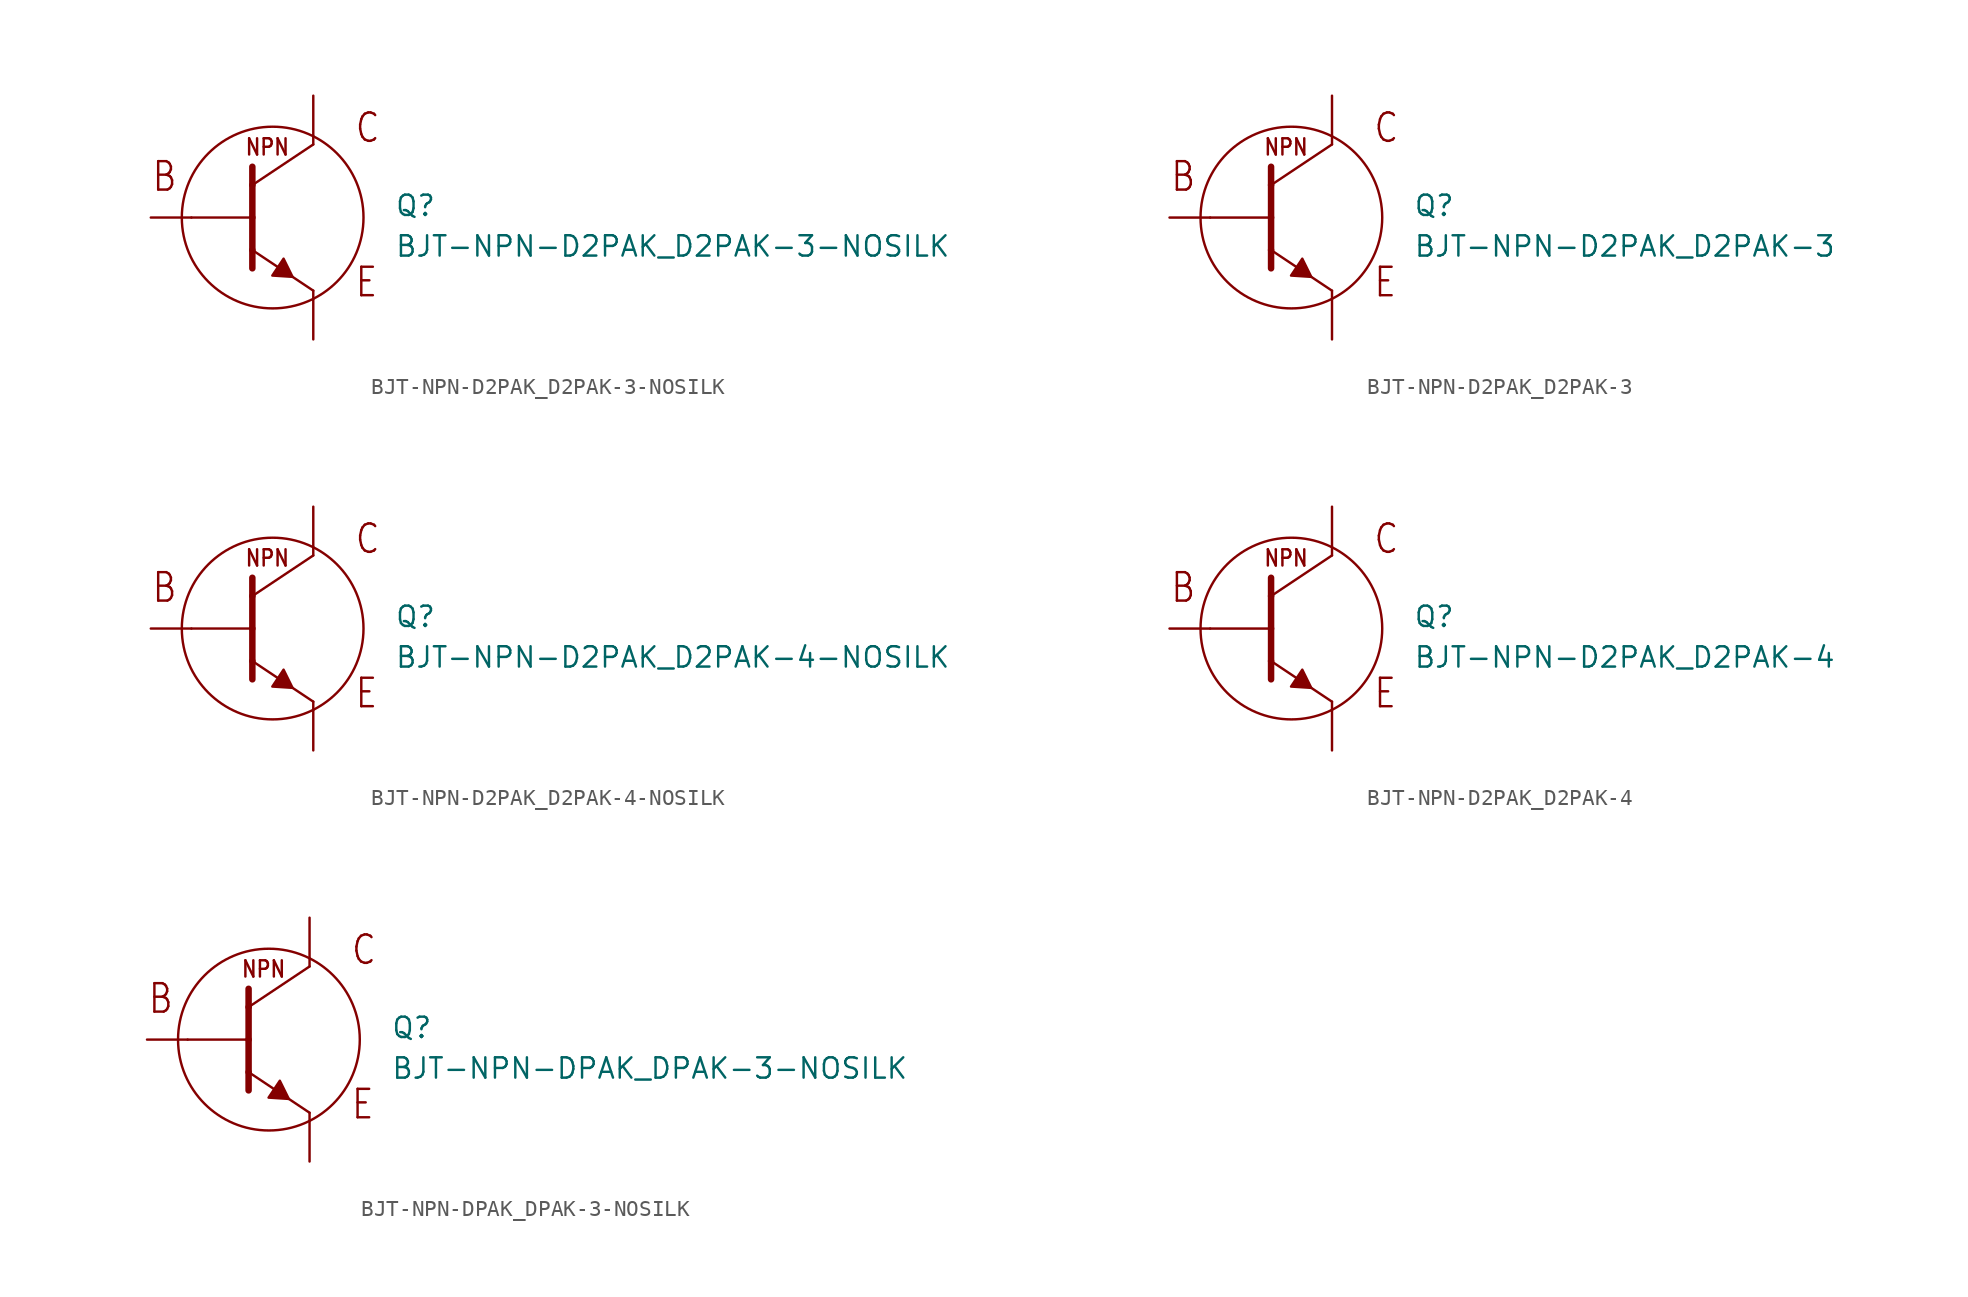
<source format=kicad_sym>
(kicad_symbol_lib
  (version 20211014)
  (generator kicad_symbol_editor)
  (symbol "BJT-NPN-D2PAK_D2PAK-3-NOSILK"
    (pin_numbers hide)
    (pin_names hide)
    (property "Reference" "Q"
      (at 7.62 0 0)
      (effects (font (size 1.27 1.27)) (justify left bottom)))
    (property "Value" "BJT-NPN-D2PAK_D2PAK-3-NOSILK"
      (at 7.62 -2.54 0)
      (effects (font (size 1.27 1.27)) (justify left bottom)))
    (property "Datasheet" ""
      (at 0 0 0))
    (property "ki_description" "BJT NPN  - D2PAK "
      (at 0 0 0))
    (property "ki_fp_filters" "FlashPCB_Transistors:D2PAK_TO-263-3_NOSILK"
      (at 0 0 0))
    (symbol "BJT-NPN-D2PAK_D2PAK-3-NOSILK_1_1"
      (text "NPN" (at -1.778 3.81 0) (effects (font (size 1.016 0.869)) (justify left bottom)))
      (text "C" (at 5.08 4.572 0) (effects (font (size 1.778 1.52)) (justify left bottom)))
      (text "E" (at 5.08 -5.08 0) (effects (font (size 1.778 1.52)) (justify left bottom)))
      (text "B" (at -7.62 1.524 0) (effects (font (size 1.778 1.52)) (justify left bottom)))
      (polyline (pts (xy 0.682 -2.57) (xy -0.022 -3.627) (xy 1.245 -3.709) (xy 0.682 -2.57)) (stroke (width 0.152) (type default)) (fill (type outline)))
      (polyline (pts (xy -1.27 3.175) (xy -1.27 2.032)) (stroke (width 0.406)) (fill (type none)))
      (polyline (pts (xy -1.27 2.032) (xy -1.27 0)) (stroke (width 0.406)) (fill (type none)))
      (polyline (pts (xy -1.27 0) (xy -1.27 -2.032)) (stroke (width 0.406)) (fill (type none)))
      (polyline (pts (xy -1.27 -2.032) (xy -1.27 -3.175)) (stroke (width 0.406)) (fill (type none)))
      (polyline (pts (xy 2.54 4.572) (xy -1.27 2.032)) (stroke (width 0.152)) (fill (type none)))
      (polyline (pts (xy -1.27 -2.032) (xy 2.54 -4.572)) (stroke (width 0.152)) (fill (type none)))
      (polyline (pts (xy 2.54 -4.572) (xy 2.54 -5.08)) (stroke (width 0.152)) (fill (type none)))
      (polyline (pts (xy 2.54 5.08) (xy 2.54 4.572)) (stroke (width 0.152)) (fill (type none)))
      (polyline (pts (xy -5.08 0) (xy -1.27 0)) (stroke (width 0.152)) (fill (type none)))
      (circle (center 0 0) (radius 5.68) (stroke (width 0.152) (type default)) (fill (type none)))
      (pin bidirectional line (at -7.62 0 0) (length 2.54) (name "B" (effects (font (size 0 0)))) (number "1" (effects (font (size 0 0)))))
      (pin bidirectional line (at 2.54 7.62 270) (length 2.54) (name "C" (effects (font (size 0 0)))) (number "4" (effects (font (size 0 0)))))
      (pin bidirectional line (at 2.54 -7.62 90) (length 2.54) (name "E" (effects (font (size 0 0)))) (number "3" (effects (font (size 0 0)))))))
  (symbol "BJT-NPN-D2PAK_D2PAK-3"
    (pin_numbers hide)
    (pin_names hide)
    (property "Reference" "Q"
      (at 7.62 0 0)
      (effects (font (size 1.27 1.27)) (justify left bottom)))
    (property "Value" "BJT-NPN-D2PAK_D2PAK-3"
      (at 7.62 -2.54 0)
      (effects (font (size 1.27 1.27)) (justify left bottom)))
    (property "Datasheet" ""
      (at 0 0 0))
    (property "ki_description" "BJT NPN  - D2PAK "
      (at 0 0 0))
    (property "ki_fp_filters" "FlashPCB_Transistors:D2PAK_TO-263-3"
      (at 0 0 0))
    (symbol "BJT-NPN-D2PAK_D2PAK-3_1_1"
      (text "NPN" (at -1.778 3.81 0) (effects (font (size 1.016 0.869)) (justify left bottom)))
      (text "C" (at 5.08 4.572 0) (effects (font (size 1.778 1.52)) (justify left bottom)))
      (text "E" (at 5.08 -5.08 0) (effects (font (size 1.778 1.52)) (justify left bottom)))
      (text "B" (at -7.62 1.524 0) (effects (font (size 1.778 1.52)) (justify left bottom)))
      (polyline (pts (xy 0.682 -2.57) (xy -0.022 -3.627) (xy 1.245 -3.709) (xy 0.682 -2.57)) (stroke (width 0.152) (type default)) (fill (type outline)))
      (polyline (pts (xy -1.27 3.175) (xy -1.27 2.032)) (stroke (width 0.406)) (fill (type none)))
      (polyline (pts (xy -1.27 2.032) (xy -1.27 0)) (stroke (width 0.406)) (fill (type none)))
      (polyline (pts (xy -1.27 0) (xy -1.27 -2.032)) (stroke (width 0.406)) (fill (type none)))
      (polyline (pts (xy -1.27 -2.032) (xy -1.27 -3.175)) (stroke (width 0.406)) (fill (type none)))
      (polyline (pts (xy 2.54 4.572) (xy -1.27 2.032)) (stroke (width 0.152)) (fill (type none)))
      (polyline (pts (xy -1.27 -2.032) (xy 2.54 -4.572)) (stroke (width 0.152)) (fill (type none)))
      (polyline (pts (xy 2.54 -4.572) (xy 2.54 -5.08)) (stroke (width 0.152)) (fill (type none)))
      (polyline (pts (xy 2.54 5.08) (xy 2.54 4.572)) (stroke (width 0.152)) (fill (type none)))
      (polyline (pts (xy -5.08 0) (xy -1.27 0)) (stroke (width 0.152)) (fill (type none)))
      (circle (center 0 0) (radius 5.68) (stroke (width 0.152) (type default)) (fill (type none)))
      (pin bidirectional line (at -7.62 0 0) (length 2.54) (name "B" (effects (font (size 0 0)))) (number "1" (effects (font (size 0 0)))))
      (pin bidirectional line (at 2.54 7.62 270) (length 2.54) (name "C" (effects (font (size 0 0)))) (number "4" (effects (font (size 0 0)))))
      (pin bidirectional line (at 2.54 -7.62 90) (length 2.54) (name "E" (effects (font (size 0 0)))) (number "3" (effects (font (size 0 0)))))))
  (symbol "BJT-NPN-D2PAK_D2PAK-4-NOSILK"
    (pin_numbers hide)
    (pin_names hide)
    (property "Reference" "Q"
      (at 7.62 0 0)
      (effects (font (size 1.27 1.27)) (justify left bottom)))
    (property "Value" "BJT-NPN-D2PAK_D2PAK-4-NOSILK"
      (at 7.62 -2.54 0)
      (effects (font (size 1.27 1.27)) (justify left bottom)))
    (property "Datasheet" ""
      (at 0 0 0))
    (property "ki_description" "BJT NPN  - D2PAK "
      (at 0 0 0))
    (property "ki_fp_filters" "FlashPCB_Transistors:D2PAK_TO-263-4_NOSILK"
      (at 0 0 0))
    (symbol "BJT-NPN-D2PAK_D2PAK-4-NOSILK_1_1"
      (text "NPN" (at -1.778 3.81 0) (effects (font (size 1.016 0.869)) (justify left bottom)))
      (text "C" (at 5.08 4.572 0) (effects (font (size 1.778 1.52)) (justify left bottom)))
      (text "E" (at 5.08 -5.08 0) (effects (font (size 1.778 1.52)) (justify left bottom)))
      (text "B" (at -7.62 1.524 0) (effects (font (size 1.778 1.52)) (justify left bottom)))
      (polyline (pts (xy 0.682 -2.57) (xy -0.022 -3.627) (xy 1.245 -3.709) (xy 0.682 -2.57)) (stroke (width 0.152) (type default)) (fill (type outline)))
      (polyline (pts (xy -1.27 3.175) (xy -1.27 2.032)) (stroke (width 0.406)) (fill (type none)))
      (polyline (pts (xy -1.27 2.032) (xy -1.27 0)) (stroke (width 0.406)) (fill (type none)))
      (polyline (pts (xy -1.27 0) (xy -1.27 -2.032)) (stroke (width 0.406)) (fill (type none)))
      (polyline (pts (xy -1.27 -2.032) (xy -1.27 -3.175)) (stroke (width 0.406)) (fill (type none)))
      (polyline (pts (xy 2.54 4.572) (xy -1.27 2.032)) (stroke (width 0.152)) (fill (type none)))
      (polyline (pts (xy -1.27 -2.032) (xy 2.54 -4.572)) (stroke (width 0.152)) (fill (type none)))
      (polyline (pts (xy 2.54 -4.572) (xy 2.54 -5.08)) (stroke (width 0.152)) (fill (type none)))
      (polyline (pts (xy 2.54 5.08) (xy 2.54 4.572)) (stroke (width 0.152)) (fill (type none)))
      (polyline (pts (xy -5.08 0) (xy -1.27 0)) (stroke (width 0.152)) (fill (type none)))
      (circle (center 0 0) (radius 5.68) (stroke (width 0.152) (type default)) (fill (type none)))
      (pin bidirectional line (at -7.62 0 0) (length 2.54) (name "B" (effects (font (size 0 0)))) (number "1" (effects (font (size 0 0)))))
      (pin bidirectional line (at 2.54 7.62 270) (length 2.54) (name "C" (effects (font (size 0 0)))) (number "2" (effects (font (size 0 0)))))
      (pin bidirectional line (at 2.54 7.62 270) (length 2.54) hide (name "C" (effects (font (size 0 0)))) (number "4" (effects (font (size 0 0)))))
      (pin bidirectional line (at 2.54 -7.62 90) (length 2.54) (name "E" (effects (font (size 0 0)))) (number "3" (effects (font (size 0 0)))))))
  (symbol "BJT-NPN-D2PAK_D2PAK-4"
    (pin_numbers hide)
    (pin_names hide)
    (property "Reference" "Q"
      (at 7.62 0 0)
      (effects (font (size 1.27 1.27)) (justify left bottom)))
    (property "Value" "BJT-NPN-D2PAK_D2PAK-4"
      (at 7.62 -2.54 0)
      (effects (font (size 1.27 1.27)) (justify left bottom)))
    (property "Datasheet" ""
      (at 0 0 0))
    (property "ki_description" "BJT NPN  - D2PAK "
      (at 0 0 0))
    (property "ki_fp_filters" "FlashPCB_Transistors:D2PAK_TO-263-4"
      (at 0 0 0))
    (symbol "BJT-NPN-D2PAK_D2PAK-4_1_1"
      (text "NPN" (at -1.778 3.81 0) (effects (font (size 1.016 0.869)) (justify left bottom)))
      (text "C" (at 5.08 4.572 0) (effects (font (size 1.778 1.52)) (justify left bottom)))
      (text "E" (at 5.08 -5.08 0) (effects (font (size 1.778 1.52)) (justify left bottom)))
      (text "B" (at -7.62 1.524 0) (effects (font (size 1.778 1.52)) (justify left bottom)))
      (polyline (pts (xy 0.682 -2.57) (xy -0.022 -3.627) (xy 1.245 -3.709) (xy 0.682 -2.57)) (stroke (width 0.152) (type default)) (fill (type outline)))
      (polyline (pts (xy -1.27 3.175) (xy -1.27 2.032)) (stroke (width 0.406)) (fill (type none)))
      (polyline (pts (xy -1.27 2.032) (xy -1.27 0)) (stroke (width 0.406)) (fill (type none)))
      (polyline (pts (xy -1.27 0) (xy -1.27 -2.032)) (stroke (width 0.406)) (fill (type none)))
      (polyline (pts (xy -1.27 -2.032) (xy -1.27 -3.175)) (stroke (width 0.406)) (fill (type none)))
      (polyline (pts (xy 2.54 4.572) (xy -1.27 2.032)) (stroke (width 0.152)) (fill (type none)))
      (polyline (pts (xy -1.27 -2.032) (xy 2.54 -4.572)) (stroke (width 0.152)) (fill (type none)))
      (polyline (pts (xy 2.54 -4.572) (xy 2.54 -5.08)) (stroke (width 0.152)) (fill (type none)))
      (polyline (pts (xy 2.54 5.08) (xy 2.54 4.572)) (stroke (width 0.152)) (fill (type none)))
      (polyline (pts (xy -5.08 0) (xy -1.27 0)) (stroke (width 0.152)) (fill (type none)))
      (circle (center 0 0) (radius 5.68) (stroke (width 0.152) (type default)) (fill (type none)))
      (pin bidirectional line (at -7.62 0 0) (length 2.54) (name "B" (effects (font (size 0 0)))) (number "1" (effects (font (size 0 0)))))
      (pin bidirectional line (at 2.54 7.62 270) (length 2.54) (name "C" (effects (font (size 0 0)))) (number "2" (effects (font (size 0 0)))))
      (pin bidirectional line (at 2.54 7.62 270) (length 2.54) hide (name "C" (effects (font (size 0 0)))) (number "4" (effects (font (size 0 0)))))
      (pin bidirectional line (at 2.54 -7.62 90) (length 2.54) (name "E" (effects (font (size 0 0)))) (number "3" (effects (font (size 0 0)))))))
  (symbol "BJT-NPN-DPAK_DPAK-3-NOSILK"
    (pin_numbers hide)
    (pin_names hide)
    (property "Reference" "Q"
      (at 7.62 0 0)
      (effects (font (size 1.27 1.27)) (justify left bottom)))
    (property "Value" "BJT-NPN-DPAK_DPAK-3-NOSILK"
      (at 7.62 -2.54 0)
      (effects (font (size 1.27 1.27)) (justify left bottom)))
    (property "Datasheet" ""
      (at 0 0 0))
    (property "ki_description" "BJT NPN  - DPAK "
      (at 0 0 0))
    (property "ki_fp_filters" "FlashPCB_Transistors:DPAK_TO-252-3_NOSILK"
      (at 0 0 0))
    (symbol "BJT-NPN-DPAK_DPAK-3-NOSILK_1_1"
      (text "NPN" (at -1.778 3.81 0) (effects (font (size 1.016 0.869)) (justify left bottom)))
      (text "C" (at 5.08 4.572 0) (effects (font (size 1.778 1.52)) (justify left bottom)))
      (text "E" (at 5.08 -5.08 0) (effects (font (size 1.778 1.52)) (justify left bottom)))
      (text "B" (at -7.62 1.524 0) (effects (font (size 1.778 1.52)) (justify left bottom)))
      (polyline (pts (xy 0.682 -2.57) (xy -0.022 -3.627) (xy 1.245 -3.709) (xy 0.682 -2.57)) (stroke (width 0.152) (type default)) (fill (type outline)))
      (polyline (pts (xy -1.27 3.175) (xy -1.27 2.032)) (stroke (width 0.406)) (fill (type none)))
      (polyline (pts (xy -1.27 2.032) (xy -1.27 0)) (stroke (width 0.406)) (fill (type none)))
      (polyline (pts (xy -1.27 0) (xy -1.27 -2.032)) (stroke (width 0.406)) (fill (type none)))
      (polyline (pts (xy -1.27 -2.032) (xy -1.27 -3.175)) (stroke (width 0.406)) (fill (type none)))
      (polyline (pts (xy 2.54 4.572) (xy -1.27 2.032)) (stroke (width 0.152)) (fill (type none)))
      (polyline (pts (xy -1.27 -2.032) (xy 2.54 -4.572)) (stroke (width 0.152)) (fill (type none)))
      (polyline (pts (xy 2.54 -4.572) (xy 2.54 -5.08)) (stroke (width 0.152)) (fill (type none)))
      (polyline (pts (xy 2.54 5.08) (xy 2.54 4.572)) (stroke (width 0.152)) (fill (type none)))
      (polyline (pts (xy -5.08 0) (xy -1.27 0)) (stroke (width 0.152)) (fill (type none)))
      (circle (center 0 0) (radius 5.68) (stroke (width 0.152) (type default)) (fill (type none)))
      (pin bidirectional line (at -7.62 0 0) (length 2.54) (name "B" (effects (font (size 0 0)))) (number "1" (effects (font (size 0 0)))))
      (pin bidirectional line (at 2.54 7.62 270) (length 2.54) (name "C" (effects (font (size 0 0)))) (number "4" (effects (font (size 0 0)))))
      (pin bidirectional line (at 2.54 -7.62 90) (length 2.54) (name "E" (effects (font (size 0 0)))) (number "3" (effects (font (size 0 0))))))))
</source>
